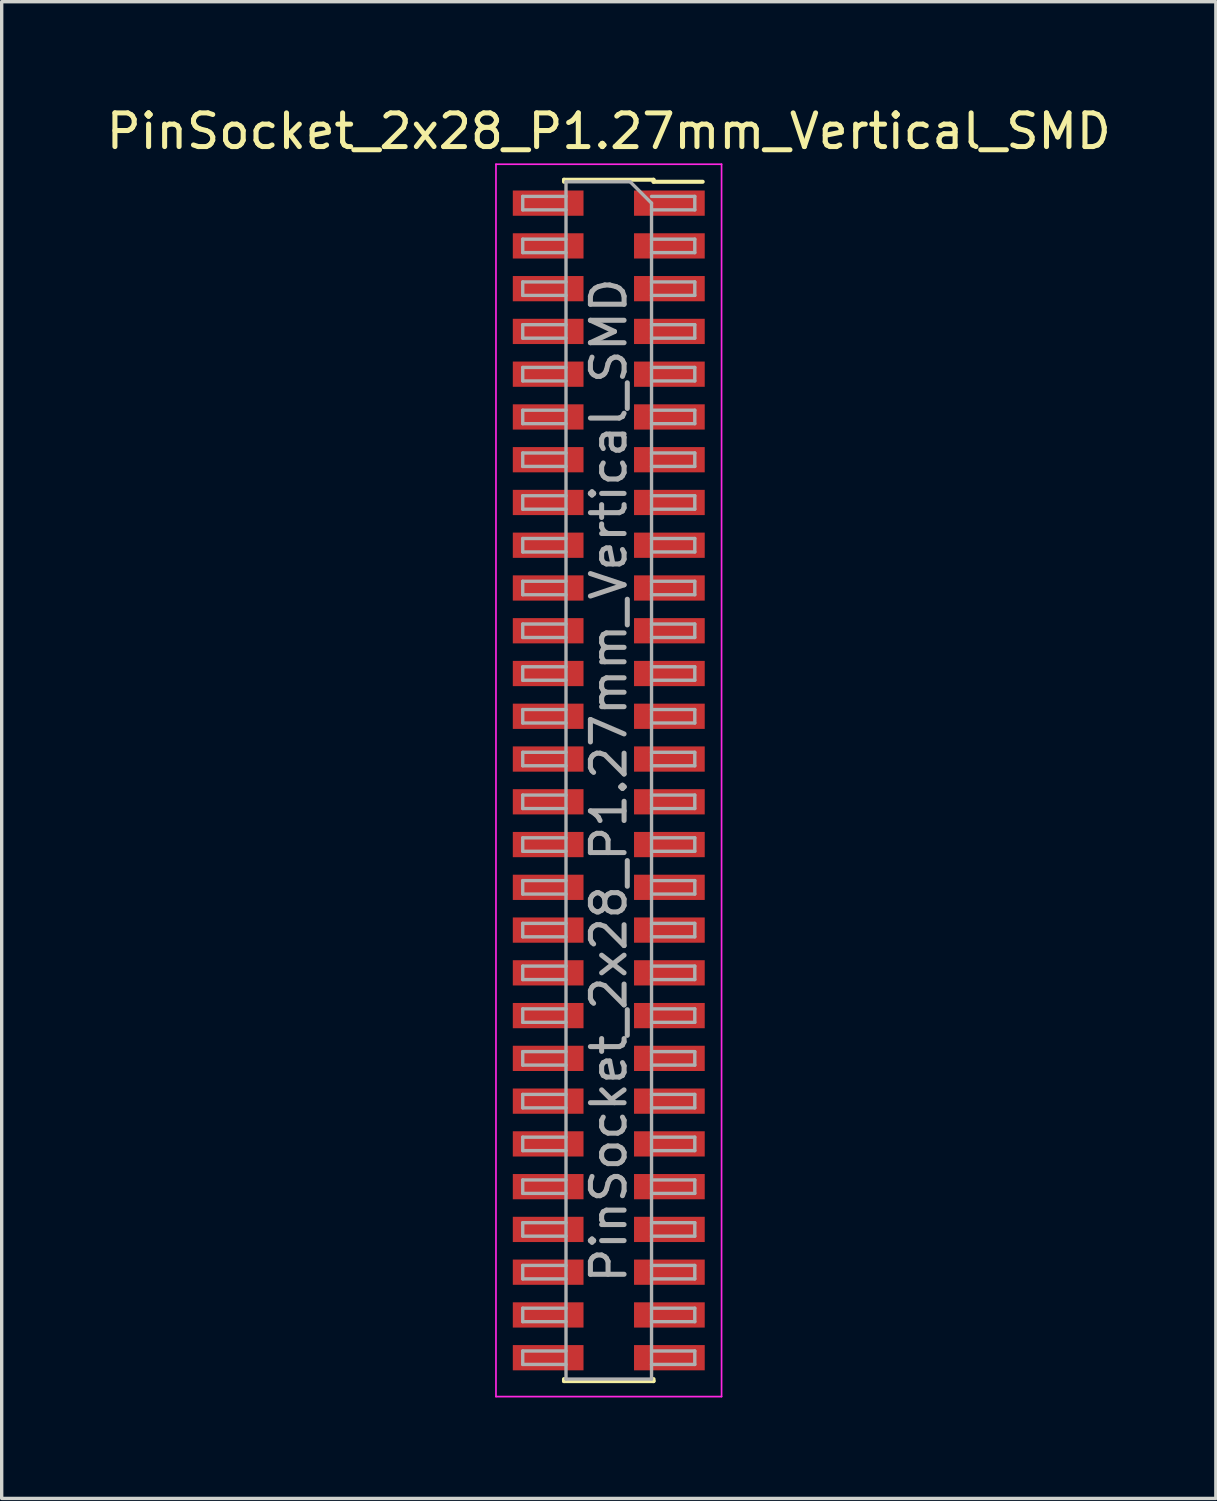
<source format=kicad_pcb>
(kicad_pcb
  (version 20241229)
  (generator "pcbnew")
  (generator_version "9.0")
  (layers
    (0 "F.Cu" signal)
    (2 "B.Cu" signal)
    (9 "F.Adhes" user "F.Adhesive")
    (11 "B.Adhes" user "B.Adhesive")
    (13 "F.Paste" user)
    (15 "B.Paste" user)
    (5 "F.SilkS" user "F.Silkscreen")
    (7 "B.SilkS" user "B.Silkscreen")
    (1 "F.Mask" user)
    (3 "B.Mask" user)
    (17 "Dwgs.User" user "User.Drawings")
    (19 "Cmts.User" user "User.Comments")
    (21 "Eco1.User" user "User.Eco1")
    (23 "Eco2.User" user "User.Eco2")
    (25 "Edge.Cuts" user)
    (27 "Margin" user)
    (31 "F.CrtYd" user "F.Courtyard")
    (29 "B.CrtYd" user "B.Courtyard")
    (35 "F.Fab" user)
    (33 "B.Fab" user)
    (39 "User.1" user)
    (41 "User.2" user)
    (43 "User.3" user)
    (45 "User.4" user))
  (footprint "PinSocket_2x28_P1.27mm_Vertical_SMD"
    (layer "F.Cu")
    (at 15.03 20.128)
    (property "Reference" "PinSocket_2x28_P1.27mm_Vertical_SMD" (at 0 -19.28 0) (layer "F.SilkS") (effects (font (size 1 1) (thickness 0.15))))
    (attr smd)
    (fp_line (start -1.33 -17.84) (end -1.33 -17.78) (stroke (width 0.12) (type solid)) (layer "F.SilkS"))
    (fp_line (start -1.33 -17.84) (end 1.33 -17.84) (stroke (width 0.12) (type solid)) (layer "F.SilkS"))
    (fp_line (start -1.33 17.78) (end -1.33 17.84) (stroke (width 0.12) (type solid)) (layer "F.SilkS"))
    (fp_line (start -1.33 17.84) (end 1.33 17.84) (stroke (width 0.12) (type solid)) (layer "F.SilkS"))
    (fp_line (start 1.33 -17.84) (end 1.33 -17.78) (stroke (width 0.12) (type solid)) (layer "F.SilkS"))
    (fp_line (start 1.33 -17.78) (end 2.79 -17.78) (stroke (width 0.12) (type solid)) (layer "F.SilkS"))
    (fp_line (start 1.33 17.78) (end 1.33 17.84) (stroke (width 0.12) (type solid)) (layer "F.SilkS"))
    (fp_line (start -3.35 -18.3) (end 3.35 -18.3) (stroke (width 0.05) (type solid)) (layer "F.CrtYd"))
    (fp_line (start -3.35 18.3) (end -3.35 -18.3) (stroke (width 0.05) (type solid)) (layer "F.CrtYd"))
    (fp_line (start 3.35 -18.3) (end 3.35 18.3) (stroke (width 0.05) (type solid)) (layer "F.CrtYd"))
    (fp_line (start 3.35 18.3) (end -3.35 18.3) (stroke (width 0.05) (type solid)) (layer "F.CrtYd"))
    (fp_line (start -2.555 -17.345) (end -1.27 -17.345) (stroke (width 0.1) (type solid)) (layer "F.Fab"))
    (fp_line (start -2.555 -16.945) (end -2.555 -17.345) (stroke (width 0.1) (type solid)) (layer "F.Fab"))
    (fp_line (start -2.555 -16.075) (end -1.27 -16.075) (stroke (width 0.1) (type solid)) (layer "F.Fab"))
    (fp_line (start -2.555 -15.675) (end -2.555 -16.075) (stroke (width 0.1) (type solid)) (layer "F.Fab"))
    (fp_line (start -2.555 -14.805) (end -1.27 -14.805) (stroke (width 0.1) (type solid)) (layer "F.Fab"))
    (fp_line (start -2.555 -14.405) (end -2.555 -14.805) (stroke (width 0.1) (type solid)) (layer "F.Fab"))
    (fp_line (start -2.555 -13.535) (end -1.27 -13.535) (stroke (width 0.1) (type solid)) (layer "F.Fab"))
    (fp_line (start -2.555 -13.135) (end -2.555 -13.535) (stroke (width 0.1) (type solid)) (layer "F.Fab"))
    (fp_line (start -2.555 -12.265) (end -1.27 -12.265) (stroke (width 0.1) (type solid)) (layer "F.Fab"))
    (fp_line (start -2.555 -11.865) (end -2.555 -12.265) (stroke (width 0.1) (type solid)) (layer "F.Fab"))
    (fp_line (start -2.555 -10.995) (end -1.27 -10.995) (stroke (width 0.1) (type solid)) (layer "F.Fab"))
    (fp_line (start -2.555 -10.595) (end -2.555 -10.995) (stroke (width 0.1) (type solid)) (layer "F.Fab"))
    (fp_line (start -2.555 -9.725) (end -1.27 -9.725) (stroke (width 0.1) (type solid)) (layer "F.Fab"))
    (fp_line (start -2.555 -9.325) (end -2.555 -9.725) (stroke (width 0.1) (type solid)) (layer "F.Fab"))
    (fp_line (start -2.555 -8.455) (end -1.27 -8.455) (stroke (width 0.1) (type solid)) (layer "F.Fab"))
    (fp_line (start -2.555 -8.055) (end -2.555 -8.455) (stroke (width 0.1) (type solid)) (layer "F.Fab"))
    (fp_line (start -2.555 -7.185) (end -1.27 -7.185) (stroke (width 0.1) (type solid)) (layer "F.Fab"))
    (fp_line (start -2.555 -6.785) (end -2.555 -7.185) (stroke (width 0.1) (type solid)) (layer "F.Fab"))
    (fp_line (start -2.555 -5.915) (end -1.27 -5.915) (stroke (width 0.1) (type solid)) (layer "F.Fab"))
    (fp_line (start -2.555 -5.515) (end -2.555 -5.915) (stroke (width 0.1) (type solid)) (layer "F.Fab"))
    (fp_line (start -2.555 -4.645) (end -1.27 -4.645) (stroke (width 0.1) (type solid)) (layer "F.Fab"))
    (fp_line (start -2.555 -4.245) (end -2.555 -4.645) (stroke (width 0.1) (type solid)) (layer "F.Fab"))
    (fp_line (start -2.555 -3.375) (end -1.27 -3.375) (stroke (width 0.1) (type solid)) (layer "F.Fab"))
    (fp_line (start -2.555 -2.975) (end -2.555 -3.375) (stroke (width 0.1) (type solid)) (layer "F.Fab"))
    (fp_line (start -2.555 -2.105) (end -1.27 -2.105) (stroke (width 0.1) (type solid)) (layer "F.Fab"))
    (fp_line (start -2.555 -1.705) (end -2.555 -2.105) (stroke (width 0.1) (type solid)) (layer "F.Fab"))
    (fp_line (start -2.555 -0.835) (end -1.27 -0.835) (stroke (width 0.1) (type solid)) (layer "F.Fab"))
    (fp_line (start -2.555 -0.435) (end -2.555 -0.835) (stroke (width 0.1) (type solid)) (layer "F.Fab"))
    (fp_line (start -2.555 0.435) (end -1.27 0.435) (stroke (width 0.1) (type solid)) (layer "F.Fab"))
    (fp_line (start -2.555 0.835) (end -2.555 0.435) (stroke (width 0.1) (type solid)) (layer "F.Fab"))
    (fp_line (start -2.555 1.705) (end -1.27 1.705) (stroke (width 0.1) (type solid)) (layer "F.Fab"))
    (fp_line (start -2.555 2.105) (end -2.555 1.705) (stroke (width 0.1) (type solid)) (layer "F.Fab"))
    (fp_line (start -2.555 2.975) (end -1.27 2.975) (stroke (width 0.1) (type solid)) (layer "F.Fab"))
    (fp_line (start -2.555 3.375) (end -2.555 2.975) (stroke (width 0.1) (type solid)) (layer "F.Fab"))
    (fp_line (start -2.555 4.245) (end -1.27 4.245) (stroke (width 0.1) (type solid)) (layer "F.Fab"))
    (fp_line (start -2.555 4.645) (end -2.555 4.245) (stroke (width 0.1) (type solid)) (layer "F.Fab"))
    (fp_line (start -2.555 5.515) (end -1.27 5.515) (stroke (width 0.1) (type solid)) (layer "F.Fab"))
    (fp_line (start -2.555 5.915) (end -2.555 5.515) (stroke (width 0.1) (type solid)) (layer "F.Fab"))
    (fp_line (start -2.555 6.785) (end -1.27 6.785) (stroke (width 0.1) (type solid)) (layer "F.Fab"))
    (fp_line (start -2.555 7.185) (end -2.555 6.785) (stroke (width 0.1) (type solid)) (layer "F.Fab"))
    (fp_line (start -2.555 8.055) (end -1.27 8.055) (stroke (width 0.1) (type solid)) (layer "F.Fab"))
    (fp_line (start -2.555 8.455) (end -2.555 8.055) (stroke (width 0.1) (type solid)) (layer "F.Fab"))
    (fp_line (start -2.555 9.325) (end -1.27 9.325) (stroke (width 0.1) (type solid)) (layer "F.Fab"))
    (fp_line (start -2.555 9.725) (end -2.555 9.325) (stroke (width 0.1) (type solid)) (layer "F.Fab"))
    (fp_line (start -2.555 10.595) (end -1.27 10.595) (stroke (width 0.1) (type solid)) (layer "F.Fab"))
    (fp_line (start -2.555 10.995) (end -2.555 10.595) (stroke (width 0.1) (type solid)) (layer "F.Fab"))
    (fp_line (start -2.555 11.865) (end -1.27 11.865) (stroke (width 0.1) (type solid)) (layer "F.Fab"))
    (fp_line (start -2.555 12.265) (end -2.555 11.865) (stroke (width 0.1) (type solid)) (layer "F.Fab"))
    (fp_line (start -2.555 13.135) (end -1.27 13.135) (stroke (width 0.1) (type solid)) (layer "F.Fab"))
    (fp_line (start -2.555 13.535) (end -2.555 13.135) (stroke (width 0.1) (type solid)) (layer "F.Fab"))
    (fp_line (start -2.555 14.405) (end -1.27 14.405) (stroke (width 0.1) (type solid)) (layer "F.Fab"))
    (fp_line (start -2.555 14.805) (end -2.555 14.405) (stroke (width 0.1) (type solid)) (layer "F.Fab"))
    (fp_line (start -2.555 15.675) (end -1.27 15.675) (stroke (width 0.1) (type solid)) (layer "F.Fab"))
    (fp_line (start -2.555 16.075) (end -2.555 15.675) (stroke (width 0.1) (type solid)) (layer "F.Fab"))
    (fp_line (start -2.555 16.945) (end -1.27 16.945) (stroke (width 0.1) (type solid)) (layer "F.Fab"))
    (fp_line (start -2.555 17.345) (end -2.555 16.945) (stroke (width 0.1) (type solid)) (layer "F.Fab"))
    (fp_line (start -1.27 -17.78) (end 0.635 -17.78) (stroke (width 0.1) (type solid)) (layer "F.Fab"))
    (fp_line (start -1.27 -16.945) (end -2.555 -16.945) (stroke (width 0.1) (type solid)) (layer "F.Fab"))
    (fp_line (start -1.27 -15.675) (end -2.555 -15.675) (stroke (width 0.1) (type solid)) (layer "F.Fab"))
    (fp_line (start -1.27 -14.405) (end -2.555 -14.405) (stroke (width 0.1) (type solid)) (layer "F.Fab"))
    (fp_line (start -1.27 -13.135) (end -2.555 -13.135) (stroke (width 0.1) (type solid)) (layer "F.Fab"))
    (fp_line (start -1.27 -11.865) (end -2.555 -11.865) (stroke (width 0.1) (type solid)) (layer "F.Fab"))
    (fp_line (start -1.27 -10.595) (end -2.555 -10.595) (stroke (width 0.1) (type solid)) (layer "F.Fab"))
    (fp_line (start -1.27 -9.325) (end -2.555 -9.325) (stroke (width 0.1) (type solid)) (layer "F.Fab"))
    (fp_line (start -1.27 -8.055) (end -2.555 -8.055) (stroke (width 0.1) (type solid)) (layer "F.Fab"))
    (fp_line (start -1.27 -6.785) (end -2.555 -6.785) (stroke (width 0.1) (type solid)) (layer "F.Fab"))
    (fp_line (start -1.27 -5.515) (end -2.555 -5.515) (stroke (width 0.1) (type solid)) (layer "F.Fab"))
    (fp_line (start -1.27 -4.245) (end -2.555 -4.245) (stroke (width 0.1) (type solid)) (layer "F.Fab"))
    (fp_line (start -1.27 -2.975) (end -2.555 -2.975) (stroke (width 0.1) (type solid)) (layer "F.Fab"))
    (fp_line (start -1.27 -1.705) (end -2.555 -1.705) (stroke (width 0.1) (type solid)) (layer "F.Fab"))
    (fp_line (start -1.27 -0.435) (end -2.555 -0.435) (stroke (width 0.1) (type solid)) (layer "F.Fab"))
    (fp_line (start -1.27 0.835) (end -2.555 0.835) (stroke (width 0.1) (type solid)) (layer "F.Fab"))
    (fp_line (start -1.27 2.105) (end -2.555 2.105) (stroke (width 0.1) (type solid)) (layer "F.Fab"))
    (fp_line (start -1.27 3.375) (end -2.555 3.375) (stroke (width 0.1) (type solid)) (layer "F.Fab"))
    (fp_line (start -1.27 4.645) (end -2.555 4.645) (stroke (width 0.1) (type solid)) (layer "F.Fab"))
    (fp_line (start -1.27 5.915) (end -2.555 5.915) (stroke (width 0.1) (type solid)) (layer "F.Fab"))
    (fp_line (start -1.27 7.185) (end -2.555 7.185) (stroke (width 0.1) (type solid)) (layer "F.Fab"))
    (fp_line (start -1.27 8.455) (end -2.555 8.455) (stroke (width 0.1) (type solid)) (layer "F.Fab"))
    (fp_line (start -1.27 9.725) (end -2.555 9.725) (stroke (width 0.1) (type solid)) (layer "F.Fab"))
    (fp_line (start -1.27 10.995) (end -2.555 10.995) (stroke (width 0.1) (type solid)) (layer "F.Fab"))
    (fp_line (start -1.27 12.265) (end -2.555 12.265) (stroke (width 0.1) (type solid)) (layer "F.Fab"))
    (fp_line (start -1.27 13.535) (end -2.555 13.535) (stroke (width 0.1) (type solid)) (layer "F.Fab"))
    (fp_line (start -1.27 14.805) (end -2.555 14.805) (stroke (width 0.1) (type solid)) (layer "F.Fab"))
    (fp_line (start -1.27 16.075) (end -2.555 16.075) (stroke (width 0.1) (type solid)) (layer "F.Fab"))
    (fp_line (start -1.27 17.345) (end -2.555 17.345) (stroke (width 0.1) (type solid)) (layer "F.Fab"))
    (fp_line (start -1.27 17.78) (end -1.27 -17.78) (stroke (width 0.1) (type solid)) (layer "F.Fab"))
    (fp_line (start 0.635 -17.78) (end 1.27 -17.145) (stroke (width 0.1) (type solid)) (layer "F.Fab"))
    (fp_line (start 1.27 -17.345) (end 2.555 -17.345) (stroke (width 0.1) (type solid)) (layer "F.Fab"))
    (fp_line (start 1.27 -17.145) (end 1.27 17.78) (stroke (width 0.1) (type solid)) (layer "F.Fab"))
    (fp_line (start 1.27 -16.075) (end 2.555 -16.075) (stroke (width 0.1) (type solid)) (layer "F.Fab"))
    (fp_line (start 1.27 -14.805) (end 2.555 -14.805) (stroke (width 0.1) (type solid)) (layer "F.Fab"))
    (fp_line (start 1.27 -13.535) (end 2.555 -13.535) (stroke (width 0.1) (type solid)) (layer "F.Fab"))
    (fp_line (start 1.27 -12.265) (end 2.555 -12.265) (stroke (width 0.1) (type solid)) (layer "F.Fab"))
    (fp_line (start 1.27 -10.995) (end 2.555 -10.995) (stroke (width 0.1) (type solid)) (layer "F.Fab"))
    (fp_line (start 1.27 -9.725) (end 2.555 -9.725) (stroke (width 0.1) (type solid)) (layer "F.Fab"))
    (fp_line (start 1.27 -8.455) (end 2.555 -8.455) (stroke (width 0.1) (type solid)) (layer "F.Fab"))
    (fp_line (start 1.27 -7.185) (end 2.555 -7.185) (stroke (width 0.1) (type solid)) (layer "F.Fab"))
    (fp_line (start 1.27 -5.915) (end 2.555 -5.915) (stroke (width 0.1) (type solid)) (layer "F.Fab"))
    (fp_line (start 1.27 -4.645) (end 2.555 -4.645) (stroke (width 0.1) (type solid)) (layer "F.Fab"))
    (fp_line (start 1.27 -3.375) (end 2.555 -3.375) (stroke (width 0.1) (type solid)) (layer "F.Fab"))
    (fp_line (start 1.27 -2.105) (end 2.555 -2.105) (stroke (width 0.1) (type solid)) (layer "F.Fab"))
    (fp_line (start 1.27 -0.835) (end 2.555 -0.835) (stroke (width 0.1) (type solid)) (layer "F.Fab"))
    (fp_line (start 1.27 0.435) (end 2.555 0.435) (stroke (width 0.1) (type solid)) (layer "F.Fab"))
    (fp_line (start 1.27 1.705) (end 2.555 1.705) (stroke (width 0.1) (type solid)) (layer "F.Fab"))
    (fp_line (start 1.27 2.975) (end 2.555 2.975) (stroke (width 0.1) (type solid)) (layer "F.Fab"))
    (fp_line (start 1.27 4.245) (end 2.555 4.245) (stroke (width 0.1) (type solid)) (layer "F.Fab"))
    (fp_line (start 1.27 5.515) (end 2.555 5.515) (stroke (width 0.1) (type solid)) (layer "F.Fab"))
    (fp_line (start 1.27 6.785) (end 2.555 6.785) (stroke (width 0.1) (type solid)) (layer "F.Fab"))
    (fp_line (start 1.27 8.055) (end 2.555 8.055) (stroke (width 0.1) (type solid)) (layer "F.Fab"))
    (fp_line (start 1.27 9.325) (end 2.555 9.325) (stroke (width 0.1) (type solid)) (layer "F.Fab"))
    (fp_line (start 1.27 10.595) (end 2.555 10.595) (stroke (width 0.1) (type solid)) (layer "F.Fab"))
    (fp_line (start 1.27 11.865) (end 2.555 11.865) (stroke (width 0.1) (type solid)) (layer "F.Fab"))
    (fp_line (start 1.27 13.135) (end 2.555 13.135) (stroke (width 0.1) (type solid)) (layer "F.Fab"))
    (fp_line (start 1.27 14.405) (end 2.555 14.405) (stroke (width 0.1) (type solid)) (layer "F.Fab"))
    (fp_line (start 1.27 15.675) (end 2.555 15.675) (stroke (width 0.1) (type solid)) (layer "F.Fab"))
    (fp_line (start 1.27 16.945) (end 2.555 16.945) (stroke (width 0.1) (type solid)) (layer "F.Fab"))
    (fp_line (start 1.27 17.78) (end -1.27 17.78) (stroke (width 0.1) (type solid)) (layer "F.Fab"))
    (fp_line (start 2.555 -17.345) (end 2.555 -16.945) (stroke (width 0.1) (type solid)) (layer "F.Fab"))
    (fp_line (start 2.555 -16.945) (end 1.27 -16.945) (stroke (width 0.1) (type solid)) (layer "F.Fab"))
    (fp_line (start 2.555 -16.075) (end 2.555 -15.675) (stroke (width 0.1) (type solid)) (layer "F.Fab"))
    (fp_line (start 2.555 -15.675) (end 1.27 -15.675) (stroke (width 0.1) (type solid)) (layer "F.Fab"))
    (fp_line (start 2.555 -14.805) (end 2.555 -14.405) (stroke (width 0.1) (type solid)) (layer "F.Fab"))
    (fp_line (start 2.555 -14.405) (end 1.27 -14.405) (stroke (width 0.1) (type solid)) (layer "F.Fab"))
    (fp_line (start 2.555 -13.535) (end 2.555 -13.135) (stroke (width 0.1) (type solid)) (layer "F.Fab"))
    (fp_line (start 2.555 -13.135) (end 1.27 -13.135) (stroke (width 0.1) (type solid)) (layer "F.Fab"))
    (fp_line (start 2.555 -12.265) (end 2.555 -11.865) (stroke (width 0.1) (type solid)) (layer "F.Fab"))
    (fp_line (start 2.555 -11.865) (end 1.27 -11.865) (stroke (width 0.1) (type solid)) (layer "F.Fab"))
    (fp_line (start 2.555 -10.995) (end 2.555 -10.595) (stroke (width 0.1) (type solid)) (layer "F.Fab"))
    (fp_line (start 2.555 -10.595) (end 1.27 -10.595) (stroke (width 0.1) (type solid)) (layer "F.Fab"))
    (fp_line (start 2.555 -9.725) (end 2.555 -9.325) (stroke (width 0.1) (type solid)) (layer "F.Fab"))
    (fp_line (start 2.555 -9.325) (end 1.27 -9.325) (stroke (width 0.1) (type solid)) (layer "F.Fab"))
    (fp_line (start 2.555 -8.455) (end 2.555 -8.055) (stroke (width 0.1) (type solid)) (layer "F.Fab"))
    (fp_line (start 2.555 -8.055) (end 1.27 -8.055) (stroke (width 0.1) (type solid)) (layer "F.Fab"))
    (fp_line (start 2.555 -7.185) (end 2.555 -6.785) (stroke (width 0.1) (type solid)) (layer "F.Fab"))
    (fp_line (start 2.555 -6.785) (end 1.27 -6.785) (stroke (width 0.1) (type solid)) (layer "F.Fab"))
    (fp_line (start 2.555 -5.915) (end 2.555 -5.515) (stroke (width 0.1) (type solid)) (layer "F.Fab"))
    (fp_line (start 2.555 -5.515) (end 1.27 -5.515) (stroke (width 0.1) (type solid)) (layer "F.Fab"))
    (fp_line (start 2.555 -4.645) (end 2.555 -4.245) (stroke (width 0.1) (type solid)) (layer "F.Fab"))
    (fp_line (start 2.555 -4.245) (end 1.27 -4.245) (stroke (width 0.1) (type solid)) (layer "F.Fab"))
    (fp_line (start 2.555 -3.375) (end 2.555 -2.975) (stroke (width 0.1) (type solid)) (layer "F.Fab"))
    (fp_line (start 2.555 -2.975) (end 1.27 -2.975) (stroke (width 0.1) (type solid)) (layer "F.Fab"))
    (fp_line (start 2.555 -2.105) (end 2.555 -1.705) (stroke (width 0.1) (type solid)) (layer "F.Fab"))
    (fp_line (start 2.555 -1.705) (end 1.27 -1.705) (stroke (width 0.1) (type solid)) (layer "F.Fab"))
    (fp_line (start 2.555 -0.835) (end 2.555 -0.435) (stroke (width 0.1) (type solid)) (layer "F.Fab"))
    (fp_line (start 2.555 -0.435) (end 1.27 -0.435) (stroke (width 0.1) (type solid)) (layer "F.Fab"))
    (fp_line (start 2.555 0.435) (end 2.555 0.835) (stroke (width 0.1) (type solid)) (layer "F.Fab"))
    (fp_line (start 2.555 0.835) (end 1.27 0.835) (stroke (width 0.1) (type solid)) (layer "F.Fab"))
    (fp_line (start 2.555 1.705) (end 2.555 2.105) (stroke (width 0.1) (type solid)) (layer "F.Fab"))
    (fp_line (start 2.555 2.105) (end 1.27 2.105) (stroke (width 0.1) (type solid)) (layer "F.Fab"))
    (fp_line (start 2.555 2.975) (end 2.555 3.375) (stroke (width 0.1) (type solid)) (layer "F.Fab"))
    (fp_line (start 2.555 3.375) (end 1.27 3.375) (stroke (width 0.1) (type solid)) (layer "F.Fab"))
    (fp_line (start 2.555 4.245) (end 2.555 4.645) (stroke (width 0.1) (type solid)) (layer "F.Fab"))
    (fp_line (start 2.555 4.645) (end 1.27 4.645) (stroke (width 0.1) (type solid)) (layer "F.Fab"))
    (fp_line (start 2.555 5.515) (end 2.555 5.915) (stroke (width 0.1) (type solid)) (layer "F.Fab"))
    (fp_line (start 2.555 5.915) (end 1.27 5.915) (stroke (width 0.1) (type solid)) (layer "F.Fab"))
    (fp_line (start 2.555 6.785) (end 2.555 7.185) (stroke (width 0.1) (type solid)) (layer "F.Fab"))
    (fp_line (start 2.555 7.185) (end 1.27 7.185) (stroke (width 0.1) (type solid)) (layer "F.Fab"))
    (fp_line (start 2.555 8.055) (end 2.555 8.455) (stroke (width 0.1) (type solid)) (layer "F.Fab"))
    (fp_line (start 2.555 8.455) (end 1.27 8.455) (stroke (width 0.1) (type solid)) (layer "F.Fab"))
    (fp_line (start 2.555 9.325) (end 2.555 9.725) (stroke (width 0.1) (type solid)) (layer "F.Fab"))
    (fp_line (start 2.555 9.725) (end 1.27 9.725) (stroke (width 0.1) (type solid)) (layer "F.Fab"))
    (fp_line (start 2.555 10.595) (end 2.555 10.995) (stroke (width 0.1) (type solid)) (layer "F.Fab"))
    (fp_line (start 2.555 10.995) (end 1.27 10.995) (stroke (width 0.1) (type solid)) (layer "F.Fab"))
    (fp_line (start 2.555 11.865) (end 2.555 12.265) (stroke (width 0.1) (type solid)) (layer "F.Fab"))
    (fp_line (start 2.555 12.265) (end 1.27 12.265) (stroke (width 0.1) (type solid)) (layer "F.Fab"))
    (fp_line (start 2.555 13.135) (end 2.555 13.535) (stroke (width 0.1) (type solid)) (layer "F.Fab"))
    (fp_line (start 2.555 13.535) (end 1.27 13.535) (stroke (width 0.1) (type solid)) (layer "F.Fab"))
    (fp_line (start 2.555 14.405) (end 2.555 14.805) (stroke (width 0.1) (type solid)) (layer "F.Fab"))
    (fp_line (start 2.555 14.805) (end 1.27 14.805) (stroke (width 0.1) (type solid)) (layer "F.Fab"))
    (fp_line (start 2.555 15.675) (end 2.555 16.075) (stroke (width 0.1) (type solid)) (layer "F.Fab"))
    (fp_line (start 2.555 16.075) (end 1.27 16.075) (stroke (width 0.1) (type solid)) (layer "F.Fab"))
    (fp_line (start 2.555 16.945) (end 2.555 17.345) (stroke (width 0.1) (type solid)) (layer "F.Fab"))
    (fp_line (start 2.555 17.345) (end 1.27 17.345) (stroke (width 0.1) (type solid)) (layer "F.Fab"))
    (fp_text user "${REFERENCE}" (at 0 0 90) (layer "F.Fab") (effects (font (size 1 1) (thickness 0.15))))
    (pad "1" smd rect (at 1.8 -17.145) (size 2.1 0.75) (layers "F.Cu" "F.Mask" "F.Paste"))
    (pad "2" smd rect (at -1.8 -17.145) (size 2.1 0.75) (layers "F.Cu" "F.Mask" "F.Paste"))
    (pad "3" smd rect (at 1.8 -15.875) (size 2.1 0.75) (layers "F.Cu" "F.Mask" "F.Paste"))
    (pad "4" smd rect (at -1.8 -15.875) (size 2.1 0.75) (layers "F.Cu" "F.Mask" "F.Paste"))
    (pad "5" smd rect (at 1.8 -14.605) (size 2.1 0.75) (layers "F.Cu" "F.Mask" "F.Paste"))
    (pad "6" smd rect (at -1.8 -14.605) (size 2.1 0.75) (layers "F.Cu" "F.Mask" "F.Paste"))
    (pad "7" smd rect (at 1.8 -13.335) (size 2.1 0.75) (layers "F.Cu" "F.Mask" "F.Paste"))
    (pad "8" smd rect (at -1.8 -13.335) (size 2.1 0.75) (layers "F.Cu" "F.Mask" "F.Paste"))
    (pad "9" smd rect (at 1.8 -12.065) (size 2.1 0.75) (layers "F.Cu" "F.Mask" "F.Paste"))
    (pad "10" smd rect (at -1.8 -12.065) (size 2.1 0.75) (layers "F.Cu" "F.Mask" "F.Paste"))
    (pad "11" smd rect (at 1.8 -10.795) (size 2.1 0.75) (layers "F.Cu" "F.Mask" "F.Paste"))
    (pad "12" smd rect (at -1.8 -10.795) (size 2.1 0.75) (layers "F.Cu" "F.Mask" "F.Paste"))
    (pad "13" smd rect (at 1.8 -9.525) (size 2.1 0.75) (layers "F.Cu" "F.Mask" "F.Paste"))
    (pad "14" smd rect (at -1.8 -9.525) (size 2.1 0.75) (layers "F.Cu" "F.Mask" "F.Paste"))
    (pad "15" smd rect (at 1.8 -8.255) (size 2.1 0.75) (layers "F.Cu" "F.Mask" "F.Paste"))
    (pad "16" smd rect (at -1.8 -8.255) (size 2.1 0.75) (layers "F.Cu" "F.Mask" "F.Paste"))
    (pad "17" smd rect (at 1.8 -6.985) (size 2.1 0.75) (layers "F.Cu" "F.Mask" "F.Paste"))
    (pad "18" smd rect (at -1.8 -6.985) (size 2.1 0.75) (layers "F.Cu" "F.Mask" "F.Paste"))
    (pad "19" smd rect (at 1.8 -5.715) (size 2.1 0.75) (layers "F.Cu" "F.Mask" "F.Paste"))
    (pad "20" smd rect (at -1.8 -5.715) (size 2.1 0.75) (layers "F.Cu" "F.Mask" "F.Paste"))
    (pad "21" smd rect (at 1.8 -4.445) (size 2.1 0.75) (layers "F.Cu" "F.Mask" "F.Paste"))
    (pad "22" smd rect (at -1.8 -4.445) (size 2.1 0.75) (layers "F.Cu" "F.Mask" "F.Paste"))
    (pad "23" smd rect (at 1.8 -3.175) (size 2.1 0.75) (layers "F.Cu" "F.Mask" "F.Paste"))
    (pad "24" smd rect (at -1.8 -3.175) (size 2.1 0.75) (layers "F.Cu" "F.Mask" "F.Paste"))
    (pad "25" smd rect (at 1.8 -1.905) (size 2.1 0.75) (layers "F.Cu" "F.Mask" "F.Paste"))
    (pad "26" smd rect (at -1.8 -1.905) (size 2.1 0.75) (layers "F.Cu" "F.Mask" "F.Paste"))
    (pad "27" smd rect (at 1.8 -0.635) (size 2.1 0.75) (layers "F.Cu" "F.Mask" "F.Paste"))
    (pad "28" smd rect (at -1.8 -0.635) (size 2.1 0.75) (layers "F.Cu" "F.Mask" "F.Paste"))
    (pad "29" smd rect (at 1.8 0.635) (size 2.1 0.75) (layers "F.Cu" "F.Mask" "F.Paste"))
    (pad "30" smd rect (at -1.8 0.635) (size 2.1 0.75) (layers "F.Cu" "F.Mask" "F.Paste"))
    (pad "31" smd rect (at 1.8 1.905) (size 2.1 0.75) (layers "F.Cu" "F.Mask" "F.Paste"))
    (pad "32" smd rect (at -1.8 1.905) (size 2.1 0.75) (layers "F.Cu" "F.Mask" "F.Paste"))
    (pad "33" smd rect (at 1.8 3.175) (size 2.1 0.75) (layers "F.Cu" "F.Mask" "F.Paste"))
    (pad "34" smd rect (at -1.8 3.175) (size 2.1 0.75) (layers "F.Cu" "F.Mask" "F.Paste"))
    (pad "35" smd rect (at 1.8 4.445) (size 2.1 0.75) (layers "F.Cu" "F.Mask" "F.Paste"))
    (pad "36" smd rect (at -1.8 4.445) (size 2.1 0.75) (layers "F.Cu" "F.Mask" "F.Paste"))
    (pad "37" smd rect (at 1.8 5.715) (size 2.1 0.75) (layers "F.Cu" "F.Mask" "F.Paste"))
    (pad "38" smd rect (at -1.8 5.715) (size 2.1 0.75) (layers "F.Cu" "F.Mask" "F.Paste"))
    (pad "39" smd rect (at 1.8 6.985) (size 2.1 0.75) (layers "F.Cu" "F.Mask" "F.Paste"))
    (pad "40" smd rect (at -1.8 6.985) (size 2.1 0.75) (layers "F.Cu" "F.Mask" "F.Paste"))
    (pad "41" smd rect (at 1.8 8.255) (size 2.1 0.75) (layers "F.Cu" "F.Mask" "F.Paste"))
    (pad "42" smd rect (at -1.8 8.255) (size 2.1 0.75) (layers "F.Cu" "F.Mask" "F.Paste"))
    (pad "43" smd rect (at 1.8 9.525) (size 2.1 0.75) (layers "F.Cu" "F.Mask" "F.Paste"))
    (pad "44" smd rect (at -1.8 9.525) (size 2.1 0.75) (layers "F.Cu" "F.Mask" "F.Paste"))
    (pad "45" smd rect (at 1.8 10.795) (size 2.1 0.75) (layers "F.Cu" "F.Mask" "F.Paste"))
    (pad "46" smd rect (at -1.8 10.795) (size 2.1 0.75) (layers "F.Cu" "F.Mask" "F.Paste"))
    (pad "47" smd rect (at 1.8 12.065) (size 2.1 0.75) (layers "F.Cu" "F.Mask" "F.Paste"))
    (pad "48" smd rect (at -1.8 12.065) (size 2.1 0.75) (layers "F.Cu" "F.Mask" "F.Paste"))
    (pad "49" smd rect (at 1.8 13.335) (size 2.1 0.75) (layers "F.Cu" "F.Mask" "F.Paste"))
    (pad "50" smd rect (at -1.8 13.335) (size 2.1 0.75) (layers "F.Cu" "F.Mask" "F.Paste"))
    (pad "51" smd rect (at 1.8 14.605) (size 2.1 0.75) (layers "F.Cu" "F.Mask" "F.Paste"))
    (pad "52" smd rect (at -1.8 14.605) (size 2.1 0.75) (layers "F.Cu" "F.Mask" "F.Paste"))
    (pad "53" smd rect (at 1.8 15.875) (size 2.1 0.75) (layers "F.Cu" "F.Mask" "F.Paste"))
    (pad "54" smd rect (at -1.8 15.875) (size 2.1 0.75) (layers "F.Cu" "F.Mask" "F.Paste"))
    (pad "55" smd rect (at 1.8 17.145) (size 2.1 0.75) (layers "F.Cu" "F.Mask" "F.Paste"))
    (pad "56" smd rect (at -1.8 17.145) (size 2.1 0.75) (layers "F.Cu" "F.Mask" "F.Paste")))
  (gr_rect
    (start -3 -3)
    (end 33.06 41.453)
    (stroke (width 0.1) (type default))
    (fill no)
    (layer "Edge.Cuts")))
</source>
